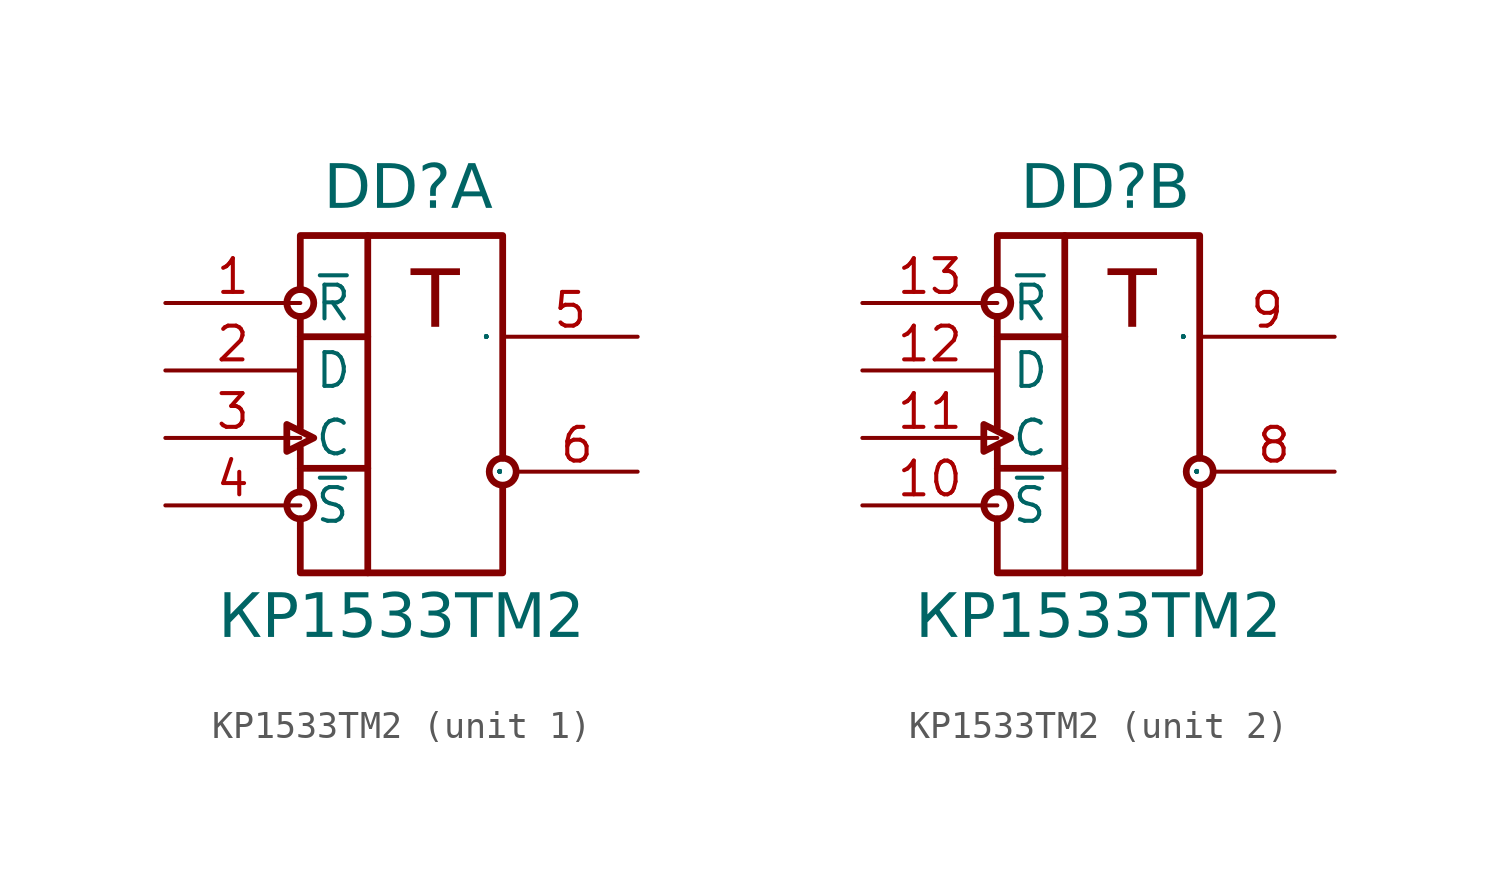
<source format=kicad_sym>
(kicad_symbol_lib
  (version 20241209)
  (generator "kicad_symbol_editor")
  (generator_version "9.0")
  (symbol "КР1533ТМ2"
    (property "Reference" "DD"
      (at 9.144 3.302 0)
      (do_not_autoplace)
      (effects (font (face "Input Sans Condensed") (size 1.651 1.651)) (justify bottom)))
    (property "Value" "КР1533ТМ2"
      (at 8.89 -10.922 0)
      (do_not_autoplace)
      (effects (font (face "Input Sans Condensed") (size 1.651 1.651)) (justify top)))
    (symbol "КР1533ТМ2_0_0"
      (circle (center 5.08 0) (radius 0.508) (stroke (width 0.254) (type solid)) (fill (type color) (color 255 255 255 1)))
      (polyline (pts (xy 5.08 -1.27) (xy 7.62 -1.27)) (stroke (width 0.254) (type solid)) (fill (type none)))
      (polyline (pts (xy 5.08 -6.223) (xy 7.62 -6.223)) (stroke (width 0.254) (type solid)) (fill (type none)))
      (circle (center 5.08 -7.62) (radius 0.508) (stroke (width 0.254) (type solid)) (fill (type color) (color 255 255 255 1)))
      (polyline (pts (xy 7.62 2.54) (xy 7.62 -10.16)) (stroke (width 0.254) (type solid)) (fill (type none)))
      (circle (center 12.7 -6.35) (radius 0.508) (stroke (width 0.254) (type solid)) (fill (type color) (color 255 255 255 1))))
    (symbol "КР1533ТМ2_0_1"
      (polyline (pts (xy 4.572 -5.588) (xy 4.572 -4.572) (xy 5.588 -5.08) (xy 4.572 -5.588)) (stroke (width 0.254) (type default)) (fill (type none)))
      (polyline (pts (xy 5.08 -0.508) (xy 5.08 -4.699)) (stroke (width 0.254) (type default)) (fill (type none)))
      (polyline (pts (xy 5.08 -5.461) (xy 5.08 -7.112)) (stroke (width 0.254) (type default)) (fill (type none)))
      (polyline (pts (xy 5.08 -8.128) (xy 5.08 -10.16) (xy 12.7 -10.16) (xy 12.7 -6.985)) (stroke (width 0.254) (type default)) (fill (type none)))
      (polyline (pts (xy 12.7 -5.842) (xy 12.7 2.54) (xy 5.08 2.54) (xy 5.08 0.508)) (stroke (width 0.254) (type default)) (fill (type none)))
      (text "T" (at 10.16 0 0) (effects (font (face "Input Sans Condensed") (size 2.159 2.159)))))
    (symbol "КР1533ТМ2_1_1"
      (pin input line (at 0 0 0) (length 5.08) (name "~{R}" (effects (font (size 1.27 1.27)))) (number "1" (effects (font (size 1.27 1.27)))))
      (pin input line (at 0 -2.54 0) (length 5.08) (name "D" (effects (font (size 1.27 1.27)))) (number "2" (effects (font (size 1.27 1.27)))))
      (pin input line (at 0 -5.08 0) (length 5.08) (name "С" (effects (font (size 1.27 1.27)))) (number "3" (effects (font (size 1.27 1.27)))))
      (pin input line (at 0 -7.62 0) (length 5.08) (name "~{S}" (effects (font (size 1.27 1.27)))) (number "4" (effects (font (size 1.27 1.27)))))
      (pin power_in line (at 15.24 1.27 180) (length 2.54) (hide yes) (name "VCC" (effects (font (size 0.635 0.635)))) (number "14" (effects (font (size 0.635 0.635)))))
      (pin power_in line (at 15.24 -8.89 180) (length 2.54) (hide yes) (name "GND" (effects (font (size 0.635 0.635)))) (number "7" (effects (font (size 0.635 0.635)))))
      (pin output line (at 17.78 -1.27 180) (length 5.08) (name "Q" (effects (font (size 0.025 0.025)))) (number "5" (effects (font (size 1.27 1.27)))))
      (pin output line (at 17.78 -6.35 180) (length 4.572) (name "~{Q}" (effects (font (size 0.025 0.025)))) (number "6" (effects (font (size 1.27 1.27))))))
    (symbol "КР1533ТМ2_2_1"
      (pin input line (at 0 0 0) (length 5.08) (name "~{R}" (effects (font (size 1.27 1.27)))) (number "13" (effects (font (size 1.27 1.27)))))
      (pin input line (at 0 -2.54 0) (length 5.08) (name "D" (effects (font (size 1.27 1.27)))) (number "12" (effects (font (size 1.27 1.27)))))
      (pin input line (at 0 -5.08 0) (length 5.08) (name "С" (effects (font (size 1.27 1.27)))) (number "11" (effects (font (size 1.27 1.27)))))
      (pin input line (at 0 -7.62 0) (length 5.08) (name "~{S}" (effects (font (size 1.27 1.27)))) (number "10" (effects (font (size 1.27 1.27)))))
      (pin output line (at 17.78 -1.27 180) (length 5.08) (name "Q" (effects (font (size 0.025 0.025)))) (number "9" (effects (font (size 1.27 1.27)))))
      (pin output line (at 17.78 -6.35 180) (length 4.572) (name "~{Q}" (effects (font (size 0.025 0.025)))) (number "8" (effects (font (size 1.27 1.27))))))))
</source>
